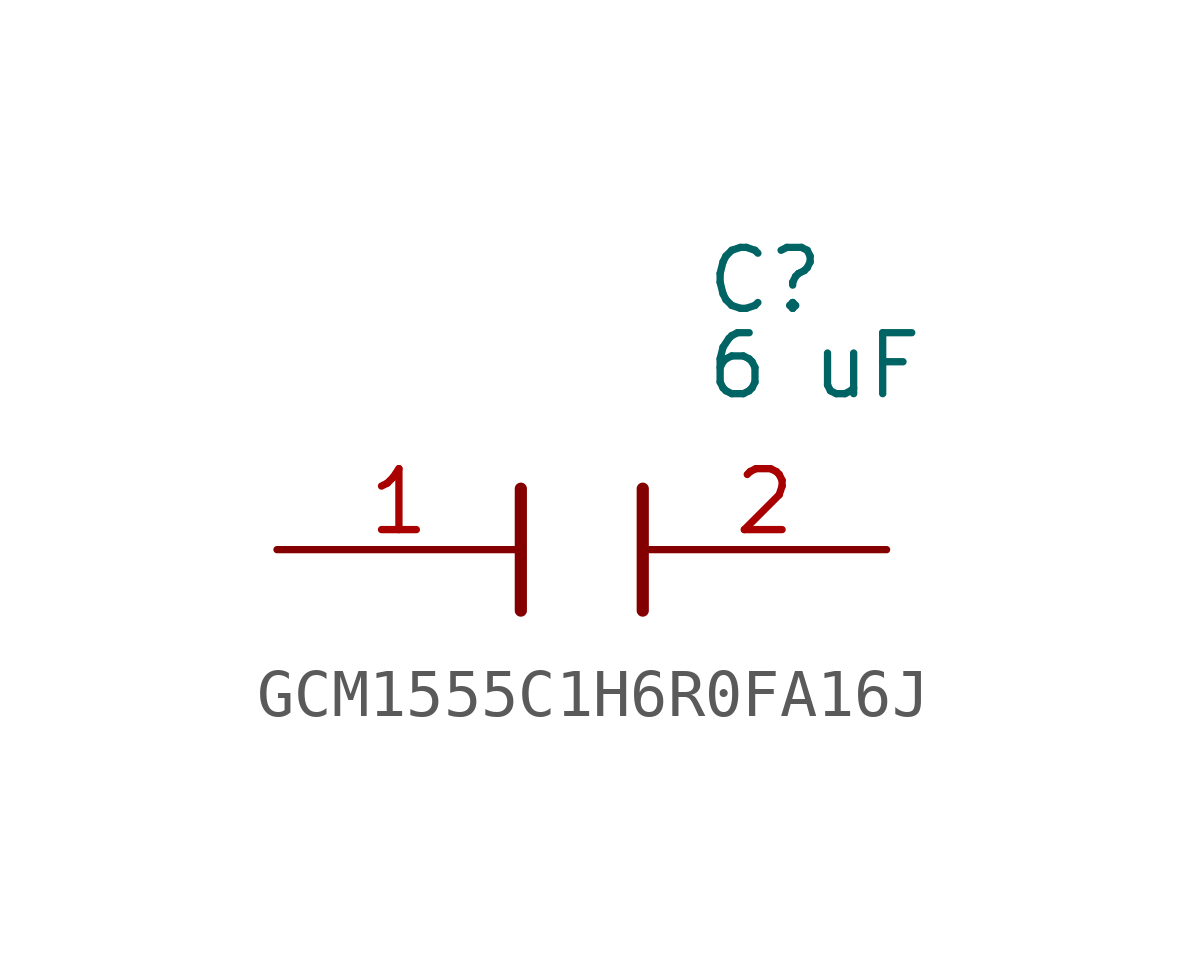
<source format=kicad_sym>
(kicad_symbol_lib
  (version 20241209)
  (generator "kicad_symbol_editor")
  (generator_version "9.0")
  (symbol "GCM1555C1H6R0FA16J"
    (pin_names
      (hide yes))
    (property "Reference" "C"
      (at 8.89 6.35 0)
      (effects (font (size 1.27 1.27)) (justify left top)))
    (property "Value" "6 uF"
      (at 8.89 4.572 0)
      (effects (font (size 1.27 1.27)) (justify left top)))
    (symbol "GCM1555C1H6R0FA16J_1_1"
      (polyline (pts (xy 5.08 1.27) (xy 5.08 -1.27)) (stroke (width 0.254) (type default)) (fill (type none)))
      (polyline (pts (xy 7.62 1.27) (xy 7.62 -1.27)) (stroke (width 0.254) (type default)) (fill (type none)))
      (pin passive line (at 0 0 0) (length 5.08) (name "1" (effects (font (size 1.27 1.27)))) (number "1" (effects (font (size 1.27 1.27)))))
      (pin passive line (at 12.7 0 180) (length 5.08) (name "2" (effects (font (size 1.27 1.27)))) (number "2" (effects (font (size 1.27 1.27))))))))
</source>
